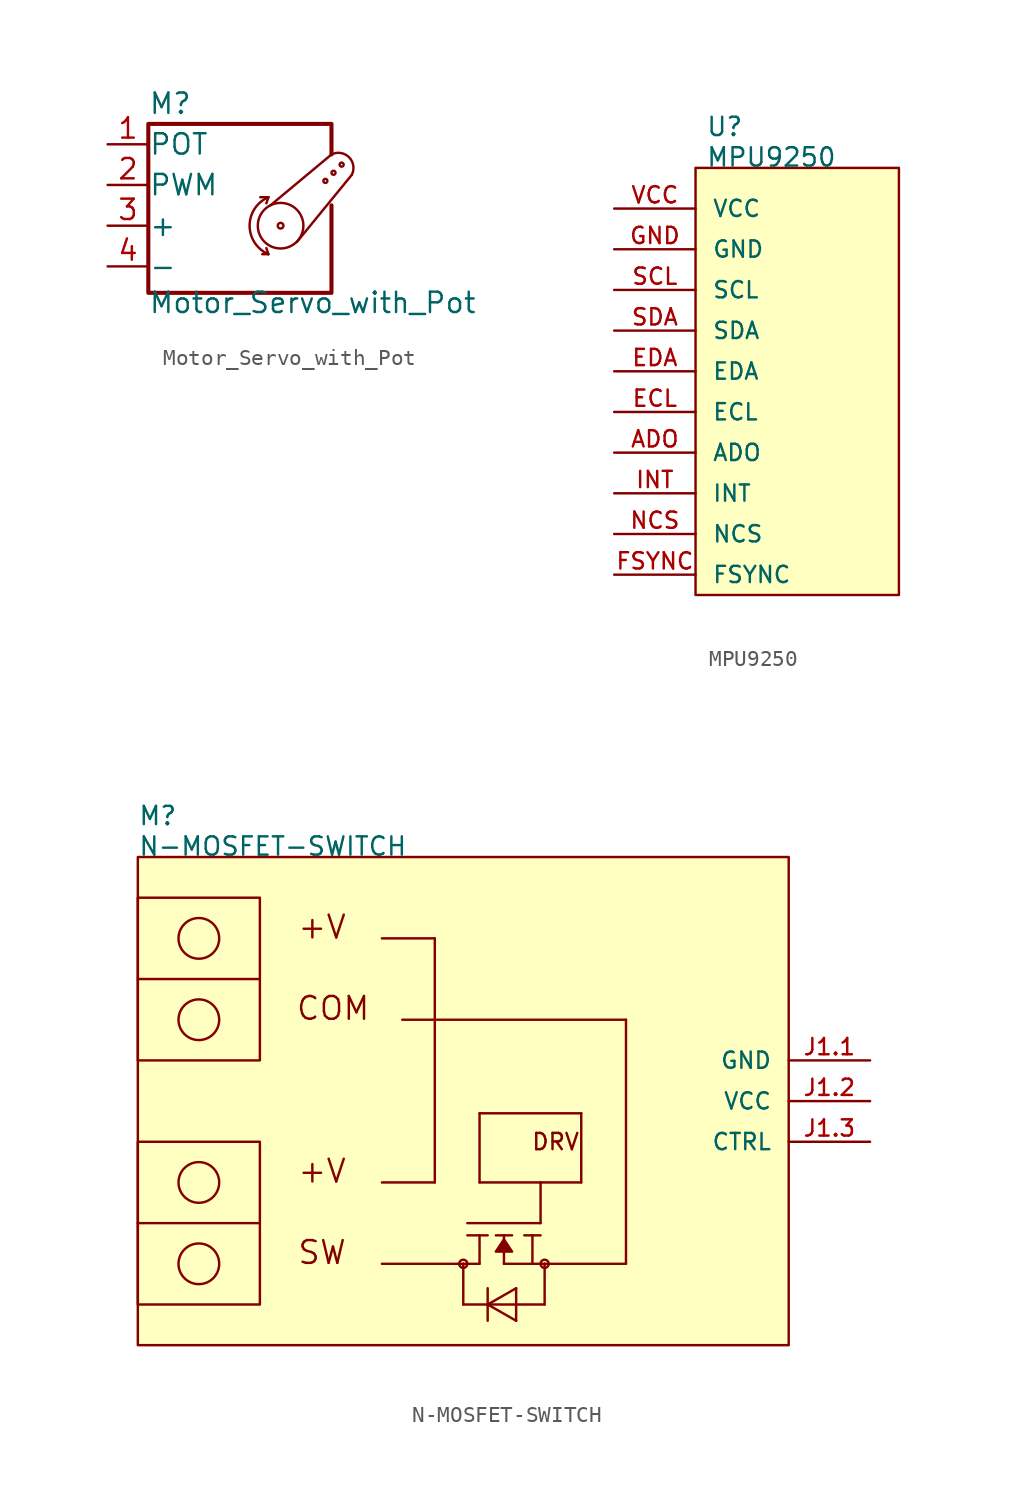
<source format=kicad_sym>
(kicad_symbol_lib
  (version 20231120)
  (generator "kicad_symbol_editor")
  (generator_version "8.0")
  (symbol "Motor_Servo_with_Pot"
    (pin_names
      (offset 0.025))
    (property "Reference" "M"
      (at -5.08 7.62 0)
      (effects (font (size 1.27 1.27)) (justify left)))
    (property "Value" "Motor_Servo_with_Pot"
      (at -5.08 -4.064 0)
      (effects (font (size 1.27 1.27)) (justify left top)))
    (symbol "Motor_Servo_with_Pot_0_1"
      (polyline (pts (xy 2.413 -1.778) (xy 2.032 -1.778)) (stroke (width 0) (type default)) (fill (type none)))
      (polyline (pts (xy 2.413 -1.778) (xy 2.286 -1.397)) (stroke (width 0) (type default)) (fill (type none)))
      (polyline (pts (xy 2.413 1.778) (xy 1.905 1.778)) (stroke (width 0) (type default)) (fill (type none)))
      (polyline (pts (xy 2.413 1.778) (xy 2.286 1.397)) (stroke (width 0) (type default)) (fill (type none)))
      (polyline (pts (xy 6.35 4.445) (xy 2.54 1.27)) (stroke (width 0) (type default)) (fill (type none)))
      (polyline (pts (xy 7.62 3.175) (xy 4.191 -1.016)) (stroke (width 0) (type default)) (fill (type none)))
      (polyline (pts (xy 6.35 4.445) (xy 6.35 6.35) (xy -5.08 6.35) (xy -5.08 -4.191) (xy 6.35 -4.191) (xy 6.35 1.27)) (stroke (width 0.254) (type default)) (fill (type none)))
      (arc (start 2.413 1.778) (mid 1.2406 0) (end 2.413 -1.778) (stroke (width 0) (type default)) (fill (type none)))
      (circle (center 3.175 0) (radius 0.178) (stroke (width 0) (type default)) (fill (type none)))
      (circle (center 3.175 0) (radius 1.422) (stroke (width 0) (type default)) (fill (type none)))
      (circle (center 5.969 2.794) (radius 0.127) (stroke (width 0) (type default)) (fill (type none)))
      (circle (center 6.477 3.302) (radius 0.127) (stroke (width 0) (type default)) (fill (type none)))
      (circle (center 6.985 3.81) (radius 0.127) (stroke (width 0) (type default)) (fill (type none)))
      (arc (start 7.62 3.175) (mid 7.4485 4.2735) (end 6.35 4.445) (stroke (width 0) (type default)) (fill (type none))))
    (symbol "Motor_Servo_with_Pot_1_1"
      (pin passive line (at -7.62 5.08 0) (length 2.54) (name "POT" (effects (font (size 1.27 1.27)))) (number "1" (effects (font (size 1.27 1.27)))))
      (pin passive line (at -7.62 2.54 0) (length 2.54) (name "PWM" (effects (font (size 1.27 1.27)))) (number "2" (effects (font (size 1.27 1.27)))))
      (pin passive line (at -7.62 0 0) (length 2.54) (name "+" (effects (font (size 1.27 1.27)))) (number "3" (effects (font (size 1.27 1.27)))))
      (pin passive line (at -7.62 -2.54 0) (length 2.54) (name "-" (effects (font (size 1.27 1.27)))) (number "4" (effects (font (size 1.27 1.27)))))))
  (symbol "MPU9250"
    (pin_names
      (offset 1.016))
    (property "Reference" "U"
      (at -5.715 13.335 0)
      (effects (font (size 1.143 1.143)) (justify left bottom)))
    (property "Value" "MPU9250"
      (at -5.715 11.43 0)
      (effects (font (size 1.143 1.143)) (justify left bottom)))
    (property "ki_locked" ""
      (at 0 0 0)
      (effects (font (size 1.27 1.27))))
    (symbol "MPU9250_1_0"
      (rectangle (start -6.35 11.43) (end 6.35 -15.24) (stroke (width 0) (type default)) (fill (type background))))
    (symbol "MPU9250_1_1"
      (pin bidirectional line (at -11.43 -6.35 0) (length 5.08) (name "ADO" (effects (font (size 1.016 1.016)))) (number "ADO" (effects (font (size 1.016 1.016)))))
      (pin bidirectional line (at -11.43 -3.81 0) (length 5.08) (name "ECL" (effects (font (size 1.016 1.016)))) (number "ECL" (effects (font (size 1.016 1.016)))))
      (pin bidirectional line (at -11.43 -1.27 0) (length 5.08) (name "EDA" (effects (font (size 1.016 1.016)))) (number "EDA" (effects (font (size 1.016 1.016)))))
      (pin bidirectional line (at -11.43 -13.97 0) (length 5.08) (name "FSYNC" (effects (font (size 1.016 1.016)))) (number "FSYNC" (effects (font (size 1.016 1.016)))))
      (pin bidirectional line (at -11.43 6.35 0) (length 5.08) (name "GND" (effects (font (size 1.016 1.016)))) (number "GND" (effects (font (size 1.016 1.016)))))
      (pin bidirectional line (at -11.43 -8.89 0) (length 5.08) (name "INT" (effects (font (size 1.016 1.016)))) (number "INT" (effects (font (size 1.016 1.016)))))
      (pin bidirectional line (at -11.43 -11.43 0) (length 5.08) (name "NCS" (effects (font (size 1.016 1.016)))) (number "NCS" (effects (font (size 1.016 1.016)))))
      (pin bidirectional line (at -11.43 3.81 0) (length 5.08) (name "SCL" (effects (font (size 1.016 1.016)))) (number "SCL" (effects (font (size 1.016 1.016)))))
      (pin bidirectional line (at -11.43 1.27 0) (length 5.08) (name "SDA" (effects (font (size 1.016 1.016)))) (number "SDA" (effects (font (size 1.016 1.016)))))
      (pin bidirectional line (at -11.43 8.89 0) (length 5.08) (name "VCC" (effects (font (size 1.016 1.016)))) (number "VCC" (effects (font (size 1.016 1.016)))))))
  (symbol "N-MOSFET-SWITCH"
    (pin_names
      (offset 1.016))
    (property "Reference" "M"
      (at -22.86 17.145 0)
      (effects (font (size 1.143 1.143)) (justify left bottom)))
    (property "Value" "N-MOSFET-SWITCH"
      (at -22.86 15.24 0)
      (effects (font (size 1.143 1.143)) (justify left bottom)))
    (property "ki_locked" ""
      (at 0 0 0)
      (effects (font (size 1.27 1.27))))
    (symbol "N-MOSFET-SWITCH_1_0"
      (polyline (pts (xy -22.86 7.62) (xy -15.24 7.62)) (stroke (width 0) (type default)) (fill (type none)))
      (polyline (pts (xy -15.24 -7.62) (xy -22.86 -7.62)) (stroke (width 0) (type default)) (fill (type none)))
      (polyline (pts (xy -7.62 -10.16) (xy -2.54 -10.16)) (stroke (width 0) (type default)) (fill (type none)))
      (polyline (pts (xy -7.62 10.16) (xy -4.318 10.16)) (stroke (width 0) (type default)) (fill (type none)))
      (polyline (pts (xy -4.318 -5.08) (xy -7.62 -5.08)) (stroke (width 0) (type default)) (fill (type none)))
      (polyline (pts (xy -4.318 10.16) (xy -4.318 -5.08)) (stroke (width 0) (type default)) (fill (type none)))
      (polyline (pts (xy -2.54 -12.7) (xy -1.016 -12.7)) (stroke (width 0) (type default)) (fill (type none)))
      (polyline (pts (xy -2.54 -10.16) (xy -2.54 -12.7)) (stroke (width 0) (type default)) (fill (type none)))
      (polyline (pts (xy -2.54 -10.16) (xy -1.524 -10.16)) (stroke (width 0) (type default)) (fill (type none)))
      (polyline (pts (xy -2.286 -8.382) (xy -1.524 -8.382)) (stroke (width 0) (type default)) (fill (type none)))
      (polyline (pts (xy -2.286 -7.62) (xy 2.286 -7.62)) (stroke (width 0) (type default)) (fill (type none)))
      (polyline (pts (xy -1.524 -10.16) (xy -1.524 -8.382)) (stroke (width 0) (type default)) (fill (type none)))
      (polyline (pts (xy -1.524 -8.382) (xy -1.016 -8.382)) (stroke (width 0) (type default)) (fill (type none)))
      (polyline (pts (xy -1.524 -5.08) (xy -1.524 -0.762)) (stroke (width 0) (type default)) (fill (type none)))
      (polyline (pts (xy -1.524 -0.762) (xy 4.826 -0.762)) (stroke (width 0) (type default)) (fill (type none)))
      (polyline (pts (xy -1.016 -13.716) (xy -1.016 -12.7)) (stroke (width 0) (type default)) (fill (type none)))
      (polyline (pts (xy -1.016 -12.7) (xy -1.016 -11.684)) (stroke (width 0) (type default)) (fill (type none)))
      (polyline (pts (xy -1.016 -12.7) (xy 0.762 -11.684)) (stroke (width 0) (type default)) (fill (type none)))
      (polyline (pts (xy -1.016 -12.7) (xy 2.54 -12.7)) (stroke (width 0) (type default)) (fill (type none)))
      (polyline (pts (xy -0.508 -8.382) (xy 0 -8.382)) (stroke (width 0) (type default)) (fill (type none)))
      (polyline (pts (xy 0 -10.16) (xy 1.778 -10.16)) (stroke (width 0) (type default)) (fill (type none)))
      (polyline (pts (xy 0 -8.382) (xy 0 -10.16)) (stroke (width 0) (type default)) (fill (type none)))
      (polyline (pts (xy 0 -8.382) (xy 0.508 -8.382)) (stroke (width 0) (type default)) (fill (type none)))
      (polyline (pts (xy 0.762 -13.716) (xy -1.016 -12.7)) (stroke (width 0) (type default)) (fill (type none)))
      (polyline (pts (xy 0.762 -11.684) (xy 0.762 -13.716)) (stroke (width 0) (type default)) (fill (type none)))
      (polyline (pts (xy 1.27 -8.382) (xy 1.778 -8.382)) (stroke (width 0) (type default)) (fill (type none)))
      (polyline (pts (xy 1.778 -10.16) (xy 2.54 -10.16)) (stroke (width 0) (type default)) (fill (type none)))
      (polyline (pts (xy 1.778 -8.382) (xy 1.778 -10.16)) (stroke (width 0) (type default)) (fill (type none)))
      (polyline (pts (xy 1.778 -8.382) (xy 2.286 -8.382)) (stroke (width 0) (type default)) (fill (type none)))
      (polyline (pts (xy 2.286 -7.62) (xy 2.286 -5.08)) (stroke (width 0) (type default)) (fill (type none)))
      (polyline (pts (xy 2.286 -5.08) (xy -1.524 -5.08)) (stroke (width 0) (type default)) (fill (type none)))
      (polyline (pts (xy 2.54 -12.7) (xy 2.54 -10.16)) (stroke (width 0) (type default)) (fill (type none)))
      (polyline (pts (xy 2.54 -10.16) (xy 7.62 -10.16)) (stroke (width 0) (type default)) (fill (type none)))
      (polyline (pts (xy 4.826 -5.08) (xy 2.286 -5.08)) (stroke (width 0) (type default)) (fill (type none)))
      (polyline (pts (xy 4.826 -0.762) (xy 4.826 -5.08)) (stroke (width 0) (type default)) (fill (type none)))
      (polyline (pts (xy 7.62 -10.16) (xy 7.62 5.08)) (stroke (width 0) (type default)) (fill (type none)))
      (polyline (pts (xy 7.62 5.08) (xy -6.35 5.08)) (stroke (width 0) (type default)) (fill (type none)))
      (text "+V" (at -11.354 -4.369 0) (effects (font (size 1.422 1.422))))
      (text "+V" (at -11.354 10.871 0) (effects (font (size 1.422 1.422))))
      (text "COM" (at -10.668 5.791 0) (effects (font (size 1.422 1.422))))
      (text "DRV" (at 3.226 -2.54 0) (effects (font (size 1.016 1.016))))
      (text "SW" (at -11.354 -9.449 0) (effects (font (size 1.422 1.422)))))
    (symbol "N-MOSFET-SWITCH_1_1"
      (rectangle (start -22.86 -2.54) (end -15.24 -12.7) (stroke (width 0) (type default)) (fill (type none)))
      (rectangle (start -22.86 12.7) (end -15.24 2.54) (stroke (width 0) (type default)) (fill (type none)))
      (rectangle (start -22.86 15.24) (end 17.78 -15.24) (stroke (width 0) (type default)) (fill (type background)))
      (circle (center -19.05 -10.16) (radius 1.27) (stroke (width 0) (type default)) (fill (type none)))
      (circle (center -19.05 -5.08) (radius 1.27) (stroke (width 0) (type default)) (fill (type none)))
      (circle (center -19.05 5.08) (radius 1.27) (stroke (width 0) (type default)) (fill (type none)))
      (circle (center -19.05 10.16) (radius 1.27) (stroke (width 0) (type default)) (fill (type none)))
      (circle (center -2.54 -10.16) (radius 0.254) (stroke (width 0) (type default)) (fill (type none)))
      (polyline (pts (xy 0 -8.636) (xy 0.508 -9.398) (xy 0.508 -9.398) (xy -0.508 -9.398) (xy -0.508 -9.398) (xy 0 -8.636)) (stroke (width 0) (type default)) (fill (type outline)))
      (circle (center 2.54 -10.16) (radius 0.254) (stroke (width 0) (type default)) (fill (type none)))
      (pin power_in line (at 22.86 2.54 180) (length 5.08) (name "GND" (effects (font (size 1.016 1.016)))) (number "J1.1" (effects (font (size 1.016 1.016)))))
      (pin power_in line (at 22.86 0 180) (length 5.08) (name "VCC" (effects (font (size 1.016 1.016)))) (number "J1.2" (effects (font (size 1.016 1.016)))))
      (pin bidirectional line (at 22.86 -2.54 180) (length 5.08) (name "CTRL" (effects (font (size 1.016 1.016)))) (number "J1.3" (effects (font (size 1.016 1.016))))))))
</source>
